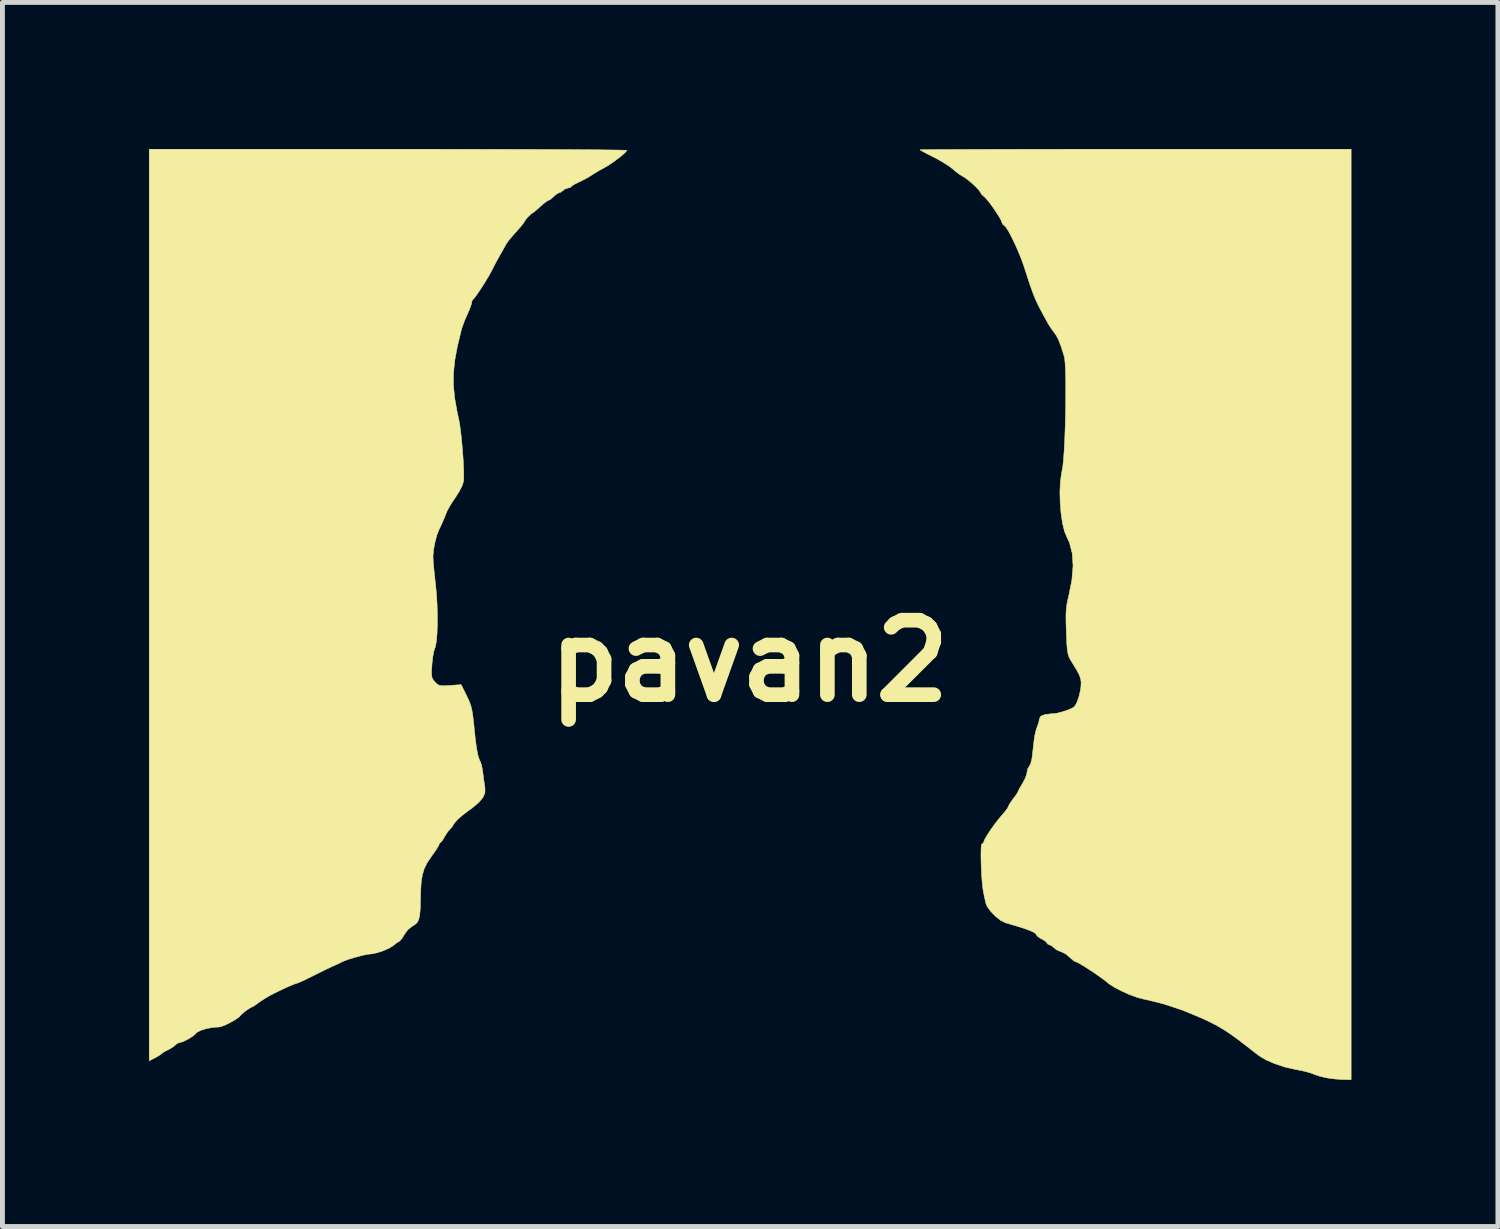
<source format=kicad_pcb>
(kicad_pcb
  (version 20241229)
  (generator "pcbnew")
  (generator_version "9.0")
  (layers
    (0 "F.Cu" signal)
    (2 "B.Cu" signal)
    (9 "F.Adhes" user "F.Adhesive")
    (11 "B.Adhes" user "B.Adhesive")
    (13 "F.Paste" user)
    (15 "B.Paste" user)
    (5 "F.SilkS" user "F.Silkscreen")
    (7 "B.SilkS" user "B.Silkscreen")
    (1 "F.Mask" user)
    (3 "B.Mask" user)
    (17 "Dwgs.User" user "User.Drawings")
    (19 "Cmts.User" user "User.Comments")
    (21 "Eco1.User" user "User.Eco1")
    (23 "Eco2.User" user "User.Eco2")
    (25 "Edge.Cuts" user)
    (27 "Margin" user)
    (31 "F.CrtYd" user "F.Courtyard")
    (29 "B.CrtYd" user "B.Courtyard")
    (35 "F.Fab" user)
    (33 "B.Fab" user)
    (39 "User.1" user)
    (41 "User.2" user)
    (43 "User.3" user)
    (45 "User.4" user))
  (footprint "pavan2"
    (layer "F.Cu")
    (at 12.292 10.482)
    (property "Reference" "pavan2" (at 0 0 0) (layer "F.SilkS") (effects (font (size 1.524 1.524) (thickness 0.3))))
    (attr through_hole)
    (fp_poly (pts (xy 12.319 8.572) (xy 12.136 8.568) (xy 11.993 8.558) (xy 11.84 8.538) (xy 11.779 8.526) (xy 11.667 8.498) (xy 11.572 8.467) (xy 11.534 8.45) (xy 11.471 8.428) (xy 11.365 8.4) (xy 11.235 8.373) (xy 11.186 8.364) (xy 10.969 8.315) (xy 10.759 8.246) (xy 10.574 8.166) (xy 10.446 8.089) (xy 10.379 8.039) (xy 10.284 7.966) (xy 10.195 7.897) (xy 9.999 7.746) (xy 9.834 7.627) (xy 9.686 7.531) (xy 9.539 7.447) (xy 9.376 7.366) (xy 9.242 7.304) (xy 8.856 7.145) (xy 8.473 7.019) (xy 8.112 6.93) (xy 8.065 6.921) (xy 7.935 6.886) (xy 7.78 6.829) (xy 7.62 6.757) (xy 7.474 6.681) (xy 7.362 6.609) (xy 7.334 6.586) (xy 7.267 6.532) (xy 7.169 6.461) (xy 7.055 6.382) (xy 6.937 6.304) (xy 6.828 6.235) (xy 6.741 6.185) (xy 6.69 6.16) (xy 6.684 6.16) (xy 6.641 6.138) (xy 6.577 6.085) (xy 6.558 6.066) (xy 6.477 6) (xy 6.394 5.957) (xy 6.381 5.953) (xy 6.293 5.916) (xy 6.237 5.872) (xy 6.18 5.825) (xy 6.139 5.81) (xy 6.1 5.791) (xy 6.096 5.778) (xy 6.07 5.745) (xy 6.006 5.703) (xy 5.985 5.693) (xy 5.914 5.65) (xy 5.876 5.61) (xy 5.874 5.602) (xy 5.843 5.567) (xy 5.753 5.522) (xy 5.607 5.469) (xy 5.477 5.429) (xy 5.362 5.395) (xy 5.25 5.362) (xy 5.239 5.359) (xy 5.144 5.311) (xy 5.039 5.228) (xy 4.942 5.128) (xy 4.869 5.029) (xy 4.841 4.961) (xy 4.821 4.871) (xy 4.798 4.763) (xy 4.794 4.747) (xy 4.779 4.653) (xy 4.765 4.526) (xy 4.754 4.377) (xy 4.746 4.22) (xy 4.742 4.067) (xy 4.741 3.931) (xy 4.744 3.824) (xy 4.752 3.76) (xy 4.76 3.747) (xy 4.793 3.723) (xy 4.794 3.713) (xy 4.813 3.662) (xy 4.862 3.575) (xy 4.932 3.467) (xy 5.015 3.35) (xy 5.101 3.238) (xy 5.164 3.164) (xy 5.235 3.08) (xy 5.285 3.012) (xy 5.302 2.978) (xy 5.321 2.936) (xy 5.367 2.866) (xy 5.397 2.826) (xy 5.453 2.752) (xy 5.487 2.7) (xy 5.493 2.687) (xy 5.508 2.652) (xy 5.548 2.58) (xy 5.588 2.513) (xy 5.641 2.413) (xy 5.676 2.322) (xy 5.683 2.278) (xy 5.7 2.203) (xy 5.727 2.162) (xy 5.755 2.111) (xy 5.78 2.022) (xy 5.789 1.96) (xy 5.805 1.824) (xy 5.822 1.675) (xy 5.828 1.619) (xy 5.848 1.499) (xy 5.876 1.389) (xy 5.892 1.345) (xy 5.924 1.257) (xy 5.937 1.184) (xy 5.937 1.182) (xy 5.967 1.129) (xy 6.053 1.095) (xy 6.188 1.08) (xy 6.219 1.08) (xy 6.299 1.069) (xy 6.406 1.041) (xy 6.517 1.004) (xy 6.608 0.965) (xy 6.652 0.937) (xy 6.699 0.862) (xy 6.743 0.745) (xy 6.775 0.61) (xy 6.787 0.528) (xy 6.791 0.443) (xy 6.783 0.37) (xy 6.757 0.293) (xy 6.707 0.196) (xy 6.627 0.065) (xy 6.611 0.039) (xy 6.57 -0.028) (xy 6.541 -0.086) (xy 6.522 -0.149) (xy 6.508 -0.228) (xy 6.499 -0.339) (xy 6.492 -0.493) (xy 6.488 -0.596) (xy 6.482 -0.792) (xy 6.481 -0.941) (xy 6.487 -1.059) (xy 6.5 -1.163) (xy 6.522 -1.27) (xy 6.534 -1.318) (xy 6.601 -1.647) (xy 6.626 -1.945) (xy 6.609 -2.206) (xy 6.552 -2.426) (xy 6.502 -2.529) (xy 6.451 -2.652) (xy 6.41 -2.823) (xy 6.38 -3.025) (xy 6.362 -3.245) (xy 6.357 -3.467) (xy 6.367 -3.675) (xy 6.392 -3.855) (xy 6.4 -3.889) (xy 6.417 -3.988) (xy 6.432 -4.136) (xy 6.445 -4.325) (xy 6.456 -4.545) (xy 6.465 -4.785) (xy 6.472 -5.035) (xy 6.476 -5.287) (xy 6.477 -5.529) (xy 6.476 -5.752) (xy 6.471 -5.946) (xy 6.463 -6.101) (xy 6.452 -6.207) (xy 6.445 -6.236) (xy 6.385 -6.427) (xy 6.332 -6.567) (xy 6.281 -6.667) (xy 6.24 -6.724) (xy 6.172 -6.816) (xy 6.116 -6.906) (xy 6.025 -7.071) (xy 5.953 -7.205) (xy 5.895 -7.32) (xy 5.846 -7.429) (xy 5.8 -7.547) (xy 5.75 -7.685) (xy 5.693 -7.858) (xy 5.622 -8.077) (xy 5.621 -8.08) (xy 5.571 -8.221) (xy 5.509 -8.374) (xy 5.441 -8.528) (xy 5.372 -8.671) (xy 5.309 -8.79) (xy 5.257 -8.874) (xy 5.223 -8.91) (xy 5.181 -8.946) (xy 5.175 -8.965) (xy 5.157 -9.015) (xy 5.11 -9.099) (xy 5.043 -9.203) (xy 4.969 -9.311) (xy 4.895 -9.409) (xy 4.834 -9.48) (xy 4.808 -9.504) (xy 4.753 -9.554) (xy 4.731 -9.59) (xy 4.708 -9.629) (xy 4.65 -9.692) (xy 4.571 -9.767) (xy 4.486 -9.84) (xy 4.41 -9.897) (xy 4.367 -9.922) (xy 4.302 -9.961) (xy 4.216 -10.027) (xy 4.169 -10.068) (xy 4.082 -10.135) (xy 3.958 -10.213) (xy 3.82 -10.291) (xy 3.767 -10.318) (xy 3.65 -10.377) (xy 3.557 -10.426) (xy 3.502 -10.458) (xy 3.493 -10.466) (xy 3.524 -10.467) (xy 3.615 -10.468) (xy 3.762 -10.47) (xy 3.962 -10.471) (xy 4.211 -10.472) (xy 4.506 -10.473) (xy 4.842 -10.474) (xy 5.217 -10.475) (xy 5.626 -10.476) (xy 6.067 -10.476) (xy 6.534 -10.477) (xy 7.026 -10.477) (xy 7.538 -10.477) (xy 7.906 -10.477) (xy 12.319 -10.477) (xy 12.319 8.572)) (stroke (width 0.01) (type solid)) (fill yes) (layer "F.SilkS"))
    (fp_poly (pts (xy -6.846 -10.477) (xy -6.312 -10.477) (xy -5.798 -10.476) (xy -5.309 -10.475) (xy -4.848 -10.474) (xy -4.418 -10.473) (xy -4.023 -10.471) (xy -3.666 -10.469) (xy -3.35 -10.467) (xy -3.08 -10.465) (xy -2.858 -10.462) (xy -2.687 -10.46) (xy -2.572 -10.457) (xy -2.515 -10.455) (xy -2.51 -10.454) (xy -2.536 -10.417) (xy -2.602 -10.356) (xy -2.694 -10.283) (xy -2.798 -10.207) (xy -2.902 -10.138) (xy -2.975 -10.096) (xy -3.083 -10.037) (xy -3.185 -9.975) (xy -3.223 -9.95) (xy -3.307 -9.898) (xy -3.419 -9.839) (xy -3.485 -9.807) (xy -3.574 -9.763) (xy -3.635 -9.725) (xy -3.651 -9.708) (xy -3.678 -9.688) (xy -3.711 -9.684) (xy -3.781 -9.661) (xy -3.81 -9.636) (xy -3.862 -9.596) (xy -3.89 -9.589) (xy -3.938 -9.567) (xy -4 -9.515) (xy -4.005 -9.51) (xy -4.065 -9.456) (xy -4.11 -9.431) (xy -4.113 -9.43) (xy -4.153 -9.41) (xy -4.221 -9.357) (xy -4.282 -9.303) (xy -4.358 -9.235) (xy -4.413 -9.189) (xy -4.433 -9.176) (xy -4.466 -9.155) (xy -4.518 -9.105) (xy -4.57 -9.048) (xy -4.601 -9.005) (xy -4.604 -8.998) (xy -4.624 -8.965) (xy -4.675 -8.9) (xy -4.739 -8.828) (xy -4.851 -8.701) (xy -4.928 -8.61) (xy -4.975 -8.544) (xy -4.995 -8.508) (xy -5.023 -8.456) (xy -5.071 -8.371) (xy -5.11 -8.303) (xy -5.177 -8.182) (xy -5.244 -8.055) (xy -5.271 -8.001) (xy -5.32 -7.91) (xy -5.386 -7.799) (xy -5.459 -7.68) (xy -5.533 -7.568) (xy -5.597 -7.476) (xy -5.643 -7.417) (xy -5.658 -7.403) (xy -5.681 -7.367) (xy -5.683 -7.344) (xy -5.696 -7.292) (xy -5.729 -7.202) (xy -5.773 -7.101) (xy -5.827 -6.977) (xy -5.873 -6.855) (xy -5.897 -6.779) (xy -5.977 -6.448) (xy -6.031 -6.159) (xy -6.058 -5.896) (xy -6.059 -5.643) (xy -6.034 -5.385) (xy -5.985 -5.106) (xy -5.951 -4.953) (xy -5.93 -4.841) (xy -5.91 -4.686) (xy -5.89 -4.503) (xy -5.873 -4.307) (xy -5.859 -4.112) (xy -5.85 -3.934) (xy -5.847 -3.788) (xy -5.851 -3.688) (xy -5.852 -3.68) (xy -5.879 -3.592) (xy -5.938 -3.475) (xy -6.013 -3.356) (xy -6.088 -3.245) (xy -6.151 -3.141) (xy -6.19 -3.066) (xy -6.194 -3.058) (xy -6.243 -2.934) (xy -6.298 -2.808) (xy -6.345 -2.706) (xy -6.355 -2.687) (xy -6.396 -2.584) (xy -6.434 -2.444) (xy -6.463 -2.293) (xy -6.477 -2.159) (xy -6.477 -2.135) (xy -6.473 -2.046) (xy -6.462 -1.912) (xy -6.446 -1.751) (xy -6.427 -1.58) (xy -6.426 -1.573) (xy -6.407 -1.375) (xy -6.394 -1.163) (xy -6.388 -0.948) (xy -6.388 -0.742) (xy -6.395 -0.557) (xy -6.408 -0.406) (xy -6.427 -0.298) (xy -6.44 -0.261) (xy -6.461 -0.196) (xy -6.481 -0.088) (xy -6.496 0.042) (xy -6.499 0.077) (xy -6.507 0.208) (xy -6.506 0.294) (xy -6.494 0.35) (xy -6.468 0.394) (xy -6.437 0.43) (xy -6.391 0.475) (xy -6.345 0.5) (xy -6.281 0.508) (xy -6.181 0.504) (xy -6.129 0.501) (xy -5.902 0.484) (xy -5.789 0.711) (xy -5.742 0.811) (xy -5.707 0.901) (xy -5.682 0.997) (xy -5.663 1.116) (xy -5.644 1.274) (xy -5.635 1.365) (xy -5.61 1.608) (xy -5.584 1.794) (xy -5.557 1.931) (xy -5.527 2.025) (xy -5.505 2.068) (xy -5.487 2.122) (xy -5.467 2.215) (xy -5.455 2.302) (xy -5.439 2.427) (xy -5.422 2.546) (xy -5.413 2.603) (xy -5.414 2.699) (xy -5.455 2.794) (xy -5.54 2.895) (xy -5.676 3.01) (xy -5.774 3.081) (xy -5.884 3.165) (xy -5.977 3.249) (xy -6.038 3.317) (xy -6.048 3.333) (xy -6.093 3.405) (xy -6.135 3.451) (xy -6.136 3.451) (xy -6.175 3.494) (xy -6.224 3.57) (xy -6.238 3.596) (xy -6.282 3.669) (xy -6.317 3.711) (xy -6.325 3.715) (xy -6.349 3.74) (xy -6.35 3.751) (xy -6.368 3.791) (xy -6.415 3.868) (xy -6.484 3.966) (xy -6.51 4.002) (xy -6.595 4.128) (xy -6.656 4.25) (xy -6.696 4.382) (xy -6.72 4.541) (xy -6.731 4.739) (xy -6.733 4.858) (xy -6.737 5.05) (xy -6.748 5.19) (xy -6.768 5.287) (xy -6.801 5.353) (xy -6.85 5.399) (xy -6.89 5.422) (xy -6.993 5.501) (xy -7.065 5.602) (xy -7.113 5.681) (xy -7.158 5.732) (xy -7.17 5.74) (xy -7.221 5.77) (xy -7.286 5.823) (xy -7.367 5.875) (xy -7.485 5.928) (xy -7.616 5.972) (xy -7.735 5.997) (xy -7.779 6.001) (xy -7.849 6.01) (xy -7.958 6.036) (xy -8.084 6.07) (xy -8.207 6.108) (xy -8.305 6.143) (xy -8.35 6.164) (xy -8.413 6.197) (xy -8.493 6.232) (xy -8.56 6.262) (xy -8.667 6.313) (xy -8.799 6.378) (xy -8.917 6.437) (xy -9.05 6.503) (xy -9.164 6.557) (xy -9.246 6.592) (xy -9.282 6.604) (xy -9.323 6.617) (xy -9.405 6.651) (xy -9.513 6.699) (xy -9.629 6.754) (xy -9.739 6.808) (xy -9.827 6.854) (xy -9.842 6.863) (xy -9.934 6.919) (xy -10.028 6.98) (xy -10.1 7.032) (xy -10.119 7.047) (xy -10.163 7.076) (xy -10.176 7.08) (xy -10.215 7.098) (xy -10.28 7.14) (xy -10.348 7.191) (xy -10.398 7.234) (xy -10.409 7.248) (xy -10.449 7.29) (xy -10.529 7.345) (xy -10.63 7.403) (xy -10.733 7.454) (xy -10.818 7.486) (xy -10.855 7.493) (xy -10.987 7.502) (xy -11.12 7.527) (xy -11.233 7.562) (xy -11.309 7.602) (xy -11.323 7.617) (xy -11.379 7.669) (xy -11.466 7.727) (xy -11.563 7.778) (xy -11.643 7.808) (xy -11.665 7.811) (xy -11.72 7.833) (xy -11.748 7.859) (xy -11.802 7.903) (xy -11.885 7.952) (xy -11.903 7.96) (xy -11.98 8) (xy -12.03 8.034) (xy -12.035 8.04) (xy -12.073 8.069) (xy -12.145 8.112) (xy -12.17 8.125) (xy -12.287 8.185) (xy -12.287 -10.477) (xy -7.398 -10.477) (xy -6.846 -10.477)) (stroke (width 0.01) (type solid)) (fill yes) (layer "F.SilkS")))
  (gr_rect
    (start -3 -3)
    (end 27.616 22.06)
    (stroke (width 0.1) (type default))
    (fill no)
    (layer "Edge.Cuts")))
</source>
